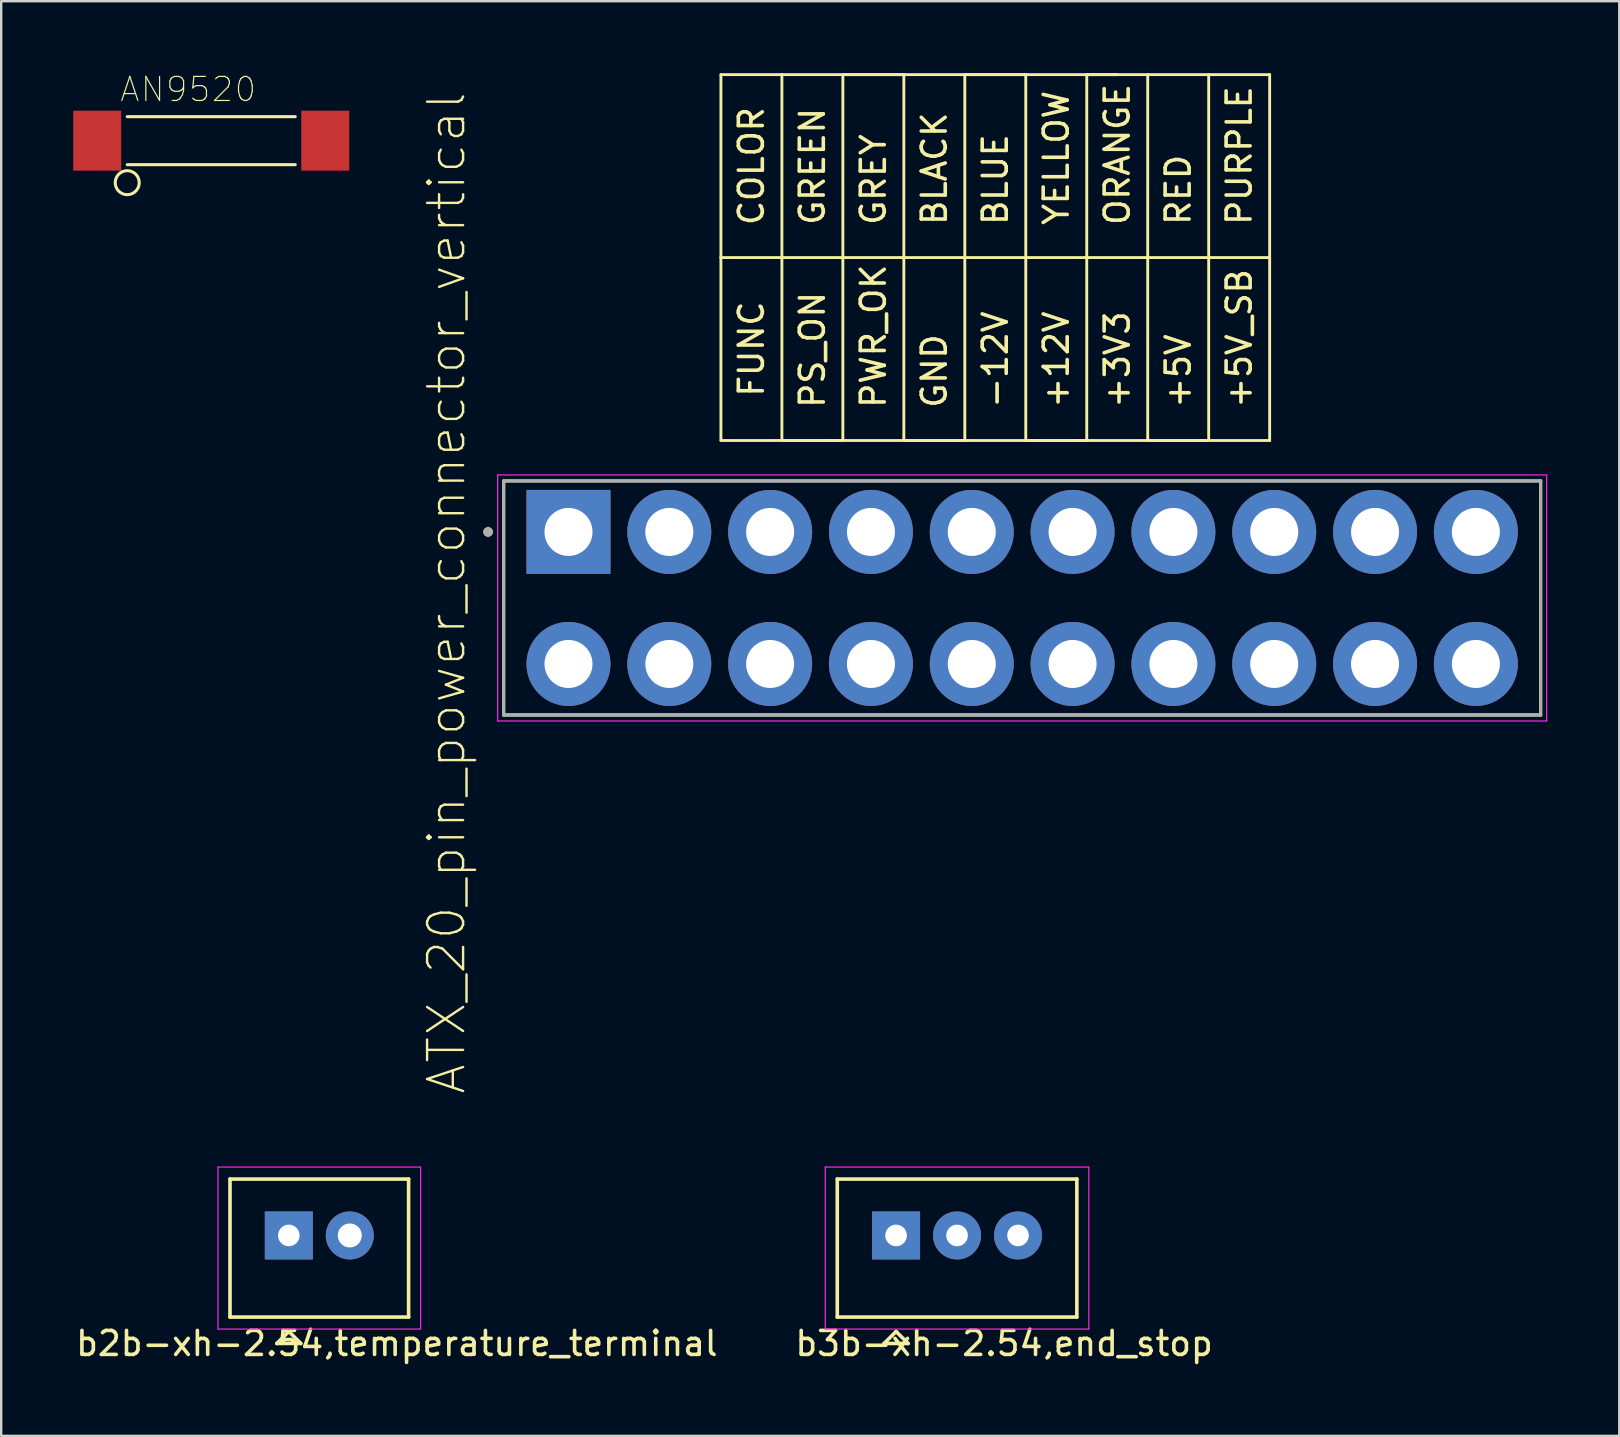
<source format=kicad_pcb>
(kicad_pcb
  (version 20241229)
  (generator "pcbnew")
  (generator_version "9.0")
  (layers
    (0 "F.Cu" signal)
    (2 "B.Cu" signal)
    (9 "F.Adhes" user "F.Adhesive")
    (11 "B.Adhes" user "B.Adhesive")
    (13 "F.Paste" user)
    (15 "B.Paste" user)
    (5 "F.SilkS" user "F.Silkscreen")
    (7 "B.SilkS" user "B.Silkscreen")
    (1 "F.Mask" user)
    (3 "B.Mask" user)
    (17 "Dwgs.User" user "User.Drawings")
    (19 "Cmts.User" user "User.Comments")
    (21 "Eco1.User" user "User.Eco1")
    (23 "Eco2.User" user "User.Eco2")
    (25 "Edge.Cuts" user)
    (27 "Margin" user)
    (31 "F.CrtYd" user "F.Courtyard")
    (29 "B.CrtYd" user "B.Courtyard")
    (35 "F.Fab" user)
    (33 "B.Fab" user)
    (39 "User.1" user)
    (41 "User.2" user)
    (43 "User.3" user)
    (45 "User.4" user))
  (footprint "ATX_20_pin_power_connector_vertical"
    (layer "F.Cu")
    (at 20.633 19.11)
    (property "Reference" "ATX_20_pin_power_connector_vertical" (at -5.08 2.54 90) (layer "F.SilkS") (effects (font (size 1.5 1.5) (thickness 0.1))))
    (attr through_hole)
    (fp_line (start -2.7 7.625) (end -2.7 -2.125) (stroke (width 0.127) (type solid)) (layer "F.SilkS"))
    (fp_line (start 6.35 -19.05) (end 8.89 -19.05) (stroke (width 0.12) (type solid)) (layer "F.SilkS"))
    (fp_line (start 6.35 -11.43) (end 6.35 -19.05) (stroke (width 0.12) (type solid)) (layer "F.SilkS"))
    (fp_line (start 6.35 -3.81) (end 6.35 -11.43) (stroke (width 0.12) (type solid)) (layer "F.SilkS"))
    (fp_line (start 8.89 -19.05) (end 8.89 -3.81) (stroke (width 0.12) (type solid)) (layer "F.SilkS"))
    (fp_line (start 8.89 -11.43) (end 6.35 -11.43) (stroke (width 0.12) (type solid)) (layer "F.SilkS"))
    (fp_line (start 8.89 -11.43) (end 29.21 -11.43) (stroke (width 0.12) (type solid)) (layer "F.SilkS"))
    (fp_line (start 8.89 -3.81) (end 6.35 -3.81) (stroke (width 0.12) (type solid)) (layer "F.SilkS"))
    (fp_line (start 8.89 -3.81) (end 11.43 -3.81) (stroke (width 0.12) (type solid)) (layer "F.SilkS"))
    (fp_line (start 8.89 -3.81) (end 29.21 -3.81) (stroke (width 0.12) (type solid)) (layer "F.SilkS"))
    (fp_line (start 11.43 -19.05) (end 13.97 -19.05) (stroke (width 0.12) (type solid)) (layer "F.SilkS"))
    (fp_line (start 11.43 -3.81) (end 11.43 -19.05) (stroke (width 0.12) (type solid)) (layer "F.SilkS"))
    (fp_line (start 13.97 -19.05) (end 13.97 -3.81) (stroke (width 0.12) (type solid)) (layer "F.SilkS"))
    (fp_line (start 13.97 -3.81) (end 16.51 -3.81) (stroke (width 0.12) (type solid)) (layer "F.SilkS"))
    (fp_line (start 16.51 -19.05) (end 19.05 -19.05) (stroke (width 0.12) (type solid)) (layer "F.SilkS"))
    (fp_line (start 16.51 -3.81) (end 16.51 -19.05) (stroke (width 0.12) (type solid)) (layer "F.SilkS"))
    (fp_line (start 19.05 -19.05) (end 19.05 -3.81) (stroke (width 0.12) (type solid)) (layer "F.SilkS"))
    (fp_line (start 19.05 -3.81) (end 21.59 -3.81) (stroke (width 0.12) (type solid)) (layer "F.SilkS"))
    (fp_line (start 21.59 -19.05) (end 22.86 -19.05) (stroke (width 0.12) (type solid)) (layer "F.SilkS"))
    (fp_line (start 21.59 -3.81) (end 21.59 -19.05) (stroke (width 0.12) (type solid)) (layer "F.SilkS"))
    (fp_line (start 24.13 -19.05) (end 24.13 -3.81) (stroke (width 0.12) (type solid)) (layer "F.SilkS"))
    (fp_line (start 24.13 -3.81) (end 26.67 -3.81) (stroke (width 0.12) (type solid)) (layer "F.SilkS"))
    (fp_line (start 26.67 -3.81) (end 26.67 -19.05) (stroke (width 0.12) (type solid)) (layer "F.SilkS"))
    (fp_line (start 29.21 -19.05) (end 8.89 -19.05) (stroke (width 0.12) (type solid)) (layer "F.SilkS"))
    (fp_line (start 29.21 -3.81) (end 29.21 -19.05) (stroke (width 0.12) (type solid)) (layer "F.SilkS"))
    (fp_line (start 40.5 -2.125) (end -2.7 -2.125) (stroke (width 0.127) (type solid)) (layer "F.SilkS"))
    (fp_line (start 40.5 -2.125) (end 40.5 7.625) (stroke (width 0.127) (type solid)) (layer "F.SilkS"))
    (fp_line (start 40.5 7.625) (end -2.7 7.625) (stroke (width 0.127) (type solid)) (layer "F.SilkS"))
    (fp_circle (center -3.35 0) (end -3.25 0) (stroke (width 0.2) (type solid)) (fill no) (layer "F.SilkS"))
    (fp_line (start -2.95 -2.375) (end 40.75 -2.375) (stroke (width 0.05) (type solid)) (layer "F.CrtYd"))
    (fp_line (start -2.95 7.875) (end -2.95 -2.375) (stroke (width 0.05) (type solid)) (layer "F.CrtYd"))
    (fp_line (start 40.75 -2.375) (end 40.75 7.875) (stroke (width 0.05) (type solid)) (layer "F.CrtYd"))
    (fp_line (start 40.75 7.875) (end -2.95 7.875) (stroke (width 0.05) (type solid)) (layer "F.CrtYd"))
    (fp_line (start -2.7 -2.125) (end 40.5 -2.125) (stroke (width 0.127) (type solid)) (layer "F.Fab"))
    (fp_line (start -2.7 7.625) (end -2.7 -2.125) (stroke (width 0.127) (type solid)) (layer "F.Fab"))
    (fp_line (start -2.7 7.625) (end -2.7 7.625) (stroke (width 0.127) (type solid)) (layer "F.Fab"))
    (fp_line (start -2.7 7.625) (end 40.5 7.625) (stroke (width 0.127) (type solid)) (layer "F.Fab"))
    (fp_line (start 40.5 -2.125) (end 40.5 7.625) (stroke (width 0.127) (type solid)) (layer "F.Fab"))
    (fp_line (start 40.5 7.625) (end -2.7 7.625) (stroke (width 0.127) (type solid)) (layer "F.Fab"))
    (fp_line (start 40.5 7.625) (end 40.5 7.625) (stroke (width 0.127) (type solid)) (layer "F.Fab"))
    (fp_circle (center -3.35 0) (end -3.25 0) (stroke (width 0.2) (type solid)) (fill no) (layer "F.Fab"))
    (fp_text user "ORANGE" (at 22.86 -12.7 90) (layer "F.SilkS") (effects (font (size 1 1) (thickness 0.15)) (justify left)))
    (fp_text user "+3V3" (at 22.86 -5.08 270) (layer "F.SilkS") (effects (font (size 1 1) (thickness 0.15)) (justify left)))
    (fp_text user "YELLOW" (at 20.32 -12.7 90) (layer "F.SilkS") (effects (font (size 1 1) (thickness 0.15)) (justify left)))
    (fp_text user "PWR_OK" (at 12.7 -5.08 270) (layer "F.SilkS") (effects (font (size 1 1) (thickness 0.15)) (justify left)))
    (fp_text user "GREEN" (at 10.16 -12.7 90) (layer "F.SilkS") (effects (font (size 1 1) (thickness 0.15)) (justify left)))
    (fp_text user "+12V" (at 20.32 -5.08 270) (layer "F.SilkS") (effects (font (size 1 1) (thickness 0.15)) (justify left)))
    (fp_text user "-12V" (at 17.78 -5.08 270) (layer "F.SilkS") (effects (font (size 1 1) (thickness 0.15)) (justify left)))
    (fp_text user "PURPLE" (at 27.94 -12.7 90) (layer "F.SilkS") (effects (font (size 1 1) (thickness 0.15)) (justify left)))
    (fp_text user "GREY" (at 12.7 -12.7 90) (layer "F.SilkS") (effects (font (size 1 1) (thickness 0.15)) (justify left)))
    (fp_text user "+5V_SB" (at 27.94 -5.08 270) (layer "F.SilkS") (effects (font (size 1 1) (thickness 0.15)) (justify left)))
    (fp_text user "RED" (at 25.4 -12.7 90) (layer "F.SilkS") (effects (font (size 1 1) (thickness 0.15)) (justify left)))
    (fp_text user "COLOR" (at 7.62 -15.24 90) (layer "F.SilkS") (effects (font (size 1 1) (thickness 0.15))))
    (fp_text user "BLUE" (at 17.78 -12.7 90) (layer "F.SilkS") (effects (font (size 1 1) (thickness 0.15)) (justify left)))
    (fp_text user "PS_ON" (at 10.16 -5.08 270) (layer "F.SilkS") (effects (font (size 1 1) (thickness 0.15)) (justify left)))
    (fp_text user "+5V" (at 25.4 -5.08 270) (layer "F.SilkS") (effects (font (size 1 1) (thickness 0.15)) (justify left)))
    (fp_text user "BLACK" (at 15.24 -12.7 90) (layer "F.SilkS") (effects (font (size 1 1) (thickness 0.15)) (justify left)))
    (fp_text user "GND" (at 15.24 -5.08 270) (layer "F.SilkS") (effects (font (size 1 1) (thickness 0.15)) (justify left)))
    (fp_text user "FUNC" (at 7.62 -7.62 90) (layer "F.SilkS") (effects (font (size 1 1) (thickness 0.15))))
    (pad "+3V3" thru_hole rect (at 0 0) (size 3.5 3.5) (drill 2) (layers "*.Cu" "*.Mask"))
    (pad "+3V3" thru_hole circle (at 0 5.5) (size 3.5 3.5) (drill 2) (layers "*.Cu" "*.Mask"))
    (pad "+3V3" thru_hole circle (at 4.2 0) (size 3.5 3.5) (drill 2) (layers "*.Cu" "*.Mask"))
    (pad "+5V" thru_hole circle (at 12.6 0) (size 3.5 3.5) (drill 2) (layers "*.Cu" "*.Mask"))
    (pad "+5V" thru_hole circle (at 21 0) (size 3.5 3.5) (drill 2) (layers "*.Cu" "*.Mask"))
    (pad "+5V" thru_hole circle (at 33.6 5.5) (size 3.5 3.5) (drill 2) (layers "*.Cu" "*.Mask"))
    (pad "+5V" thru_hole circle (at 37.8 5.5) (size 3.5 3.5) (drill 2) (layers "*.Cu" "*.Mask"))
    (pad "+5V_SB" thru_hole circle (at 33.6 0) (size 3.5 3.5) (drill 2) (layers "*.Cu" "*.Mask"))
    (pad "+12V" thru_hole circle (at 37.8 0) (size 3.5 3.5) (drill 2) (layers "*.Cu" "*.Mask"))
    (pad "-5V" thru_hole circle (at 29.4 5.5) (size 3.5 3.5) (drill 2) (layers "*.Cu" "*.Mask"))
    (pad "-12V" thru_hole circle (at 4.2 5.5) (size 3.5 3.5) (drill 2) (layers "*.Cu" "*.Mask"))
    (pad "COM" thru_hole circle (at 8.4 0) (size 3.5 3.5) (drill 2) (layers "*.Cu" "*.Mask"))
    (pad "COM" thru_hole circle (at 8.4 5.5) (size 3.5 3.5) (drill 2) (layers "*.Cu" "*.Mask"))
    (pad "COM" thru_hole circle (at 16.8 0) (size 3.5 3.5) (drill 2) (layers "*.Cu" "*.Mask"))
    (pad "COM" thru_hole circle (at 16.8 5.5) (size 3.5 3.5) (drill 2) (layers "*.Cu" "*.Mask"))
    (pad "COM" thru_hole circle (at 21 5.5) (size 3.5 3.5) (drill 2) (layers "*.Cu" "*.Mask"))
    (pad "COM" thru_hole circle (at 25.2 0) (size 3.5 3.5) (drill 2) (layers "*.Cu" "*.Mask"))
    (pad "COM" thru_hole circle (at 25.2 5.5) (size 3.5 3.5) (drill 2) (layers "*.Cu" "*.Mask"))
    (pad "PS_ON" thru_hole circle (at 12.6 5.5) (size 3.5 3.5) (drill 2) (layers "*.Cu" "*.Mask"))
    (pad "PWR_OK" thru_hole circle (at 29.4 0) (size 3.5 3.5) (drill 2) (layers "*.Cu" "*.Mask")))
  (footprint "AN9520"
    (layer "F.Cu")
    (at 5.75 2.81)
    (property "Reference" "AN9520" (at -0.961 -2.136 0) (layer "F.SilkS") (effects (font (size 1.001 1.001) (thickness 0.05))))
    (attr smd)
    (fp_line (start -3.5 -1) (end 3.5 -1) (stroke (width 0.127) (type solid)) (layer "F.SilkS"))
    (fp_line (start 3.5 1) (end -3.5 1) (stroke (width 0.127) (type solid)) (layer "F.SilkS"))
    (fp_circle (center -3.5 1.75) (end -3 1.75) (stroke (width 0.127) (type solid)) (fill no) (layer "F.SilkS"))
    (pad "P$FEED" smd rect (at -4.75 0 90) (size 2.5 2) (layers "F.Cu" "F.Mask" "F.Paste"))
    (pad "P$GND" smd rect (at 4.75 0 90) (size 2.5 2) (layers "F.Cu" "F.Mask" "F.Paste")))
  (footprint "b3b-xh-2.54,end_stop"
    (layer "F.Cu")
    (at 34.28 48.418)
    (property "Reference" "b3b-xh-2.54,end_stop" (at 4.5 4.5 0) (layer "F.SilkS") (effects (font (size 1 1) (thickness 0.15))))
    (attr through_hole)
    (fp_line (start -2.45 -2.35) (end -2.45 3.4) (stroke (width 0.15) (type solid)) (layer "F.SilkS"))
    (fp_line (start -2.45 -2.35) (end 7.53 -2.35) (stroke (width 0.15) (type solid)) (layer "F.SilkS"))
    (fp_line (start -2.45 3.4) (end 7.53 3.4) (stroke (width 0.15) (type solid)) (layer "F.SilkS"))
    (fp_line (start -0.5 4.5) (end 0.5 4.5) (stroke (width 0.15) (type solid)) (layer "F.SilkS"))
    (fp_line (start 0 4) (end -0.5 4.5) (stroke (width 0.15) (type solid)) (layer "F.SilkS"))
    (fp_line (start 0 4) (end 0.5 4.5) (stroke (width 0.15) (type solid)) (layer "F.SilkS"))
    (fp_line (start 7.53 -2.35) (end 7.53 3.4) (stroke (width 0.15) (type solid)) (layer "F.SilkS"))
    (fp_line (start -2.95 -2.85) (end -2.95 3.9) (stroke (width 0.05) (type solid)) (layer "F.CrtYd"))
    (fp_line (start -2.95 -2.85) (end 8.03 -2.85) (stroke (width 0.05) (type solid)) (layer "F.CrtYd"))
    (fp_line (start -2.95 3.9) (end 8.03 3.9) (stroke (width 0.05) (type solid)) (layer "F.CrtYd"))
    (fp_line (start 8.03 -2.85) (end 8.03 3.9) (stroke (width 0.05) (type solid)) (layer "F.CrtYd"))
    (pad "1" thru_hole rect (at 0 0) (size 2 2) (drill 0.9) (layers "*.Cu" "*.Mask"))
    (pad "2" thru_hole circle (at 2.54 0) (size 2 2) (drill 0.9) (layers "*.Cu" "*.Mask"))
    (pad "3" thru_hole circle (at 5.08 0) (size 2 2) (drill 0.9) (layers "*.Cu" "*.Mask")))
  (footprint "b2b-xh-2.54,temperature_terminal"
    (layer "F.Cu")
    (at 8.982 48.418)
    (property "Reference" "b2b-xh-2.54,temperature_terminal" (at 4.5 4.5 0) (layer "F.SilkS") (effects (font (size 1 1) (thickness 0.15))))
    (attr through_hole)
    (fp_line (start -2.45 -2.35) (end -2.45 3.4) (stroke (width 0.15) (type solid)) (layer "F.SilkS"))
    (fp_line (start -2.45 -2.35) (end 4.99 -2.35) (stroke (width 0.15) (type solid)) (layer "F.SilkS"))
    (fp_line (start -2.45 3.4) (end 4.99 3.4) (stroke (width 0.15) (type solid)) (layer "F.SilkS"))
    (fp_line (start -0.5 4.5) (end 0.5 4.5) (stroke (width 0.15) (type solid)) (layer "F.SilkS"))
    (fp_line (start 0 4) (end -0.5 4.5) (stroke (width 0.15) (type solid)) (layer "F.SilkS"))
    (fp_line (start 0 4) (end 0.5 4.5) (stroke (width 0.15) (type solid)) (layer "F.SilkS"))
    (fp_line (start 4.99 -2.35) (end 4.99 3.4) (stroke (width 0.15) (type solid)) (layer "F.SilkS"))
    (fp_line (start -2.95 -2.85) (end -2.95 3.9) (stroke (width 0.05) (type solid)) (layer "F.CrtYd"))
    (fp_line (start -2.95 -2.85) (end 5.49 -2.85) (stroke (width 0.05) (type solid)) (layer "F.CrtYd"))
    (fp_line (start -2.95 3.9) (end 5.49 3.9) (stroke (width 0.05) (type solid)) (layer "F.CrtYd"))
    (fp_line (start 5.49 -2.85) (end 5.49 3.9) (stroke (width 0.05) (type solid)) (layer "F.CrtYd"))
    (pad "1" thru_hole rect (at 0 0) (size 2 2) (drill 0.9) (layers "*.Cu" "*.Mask"))
    (pad "2" thru_hole circle (at 2.54 0) (size 2 2) (drill 1) (layers "*.Cu" "*.Mask")))
  (gr_rect
    (start -3 -3)
    (end 64.408 56.766)
    (stroke (width 0.1) (type default))
    (fill no)
    (layer "Edge.Cuts")))
</source>
